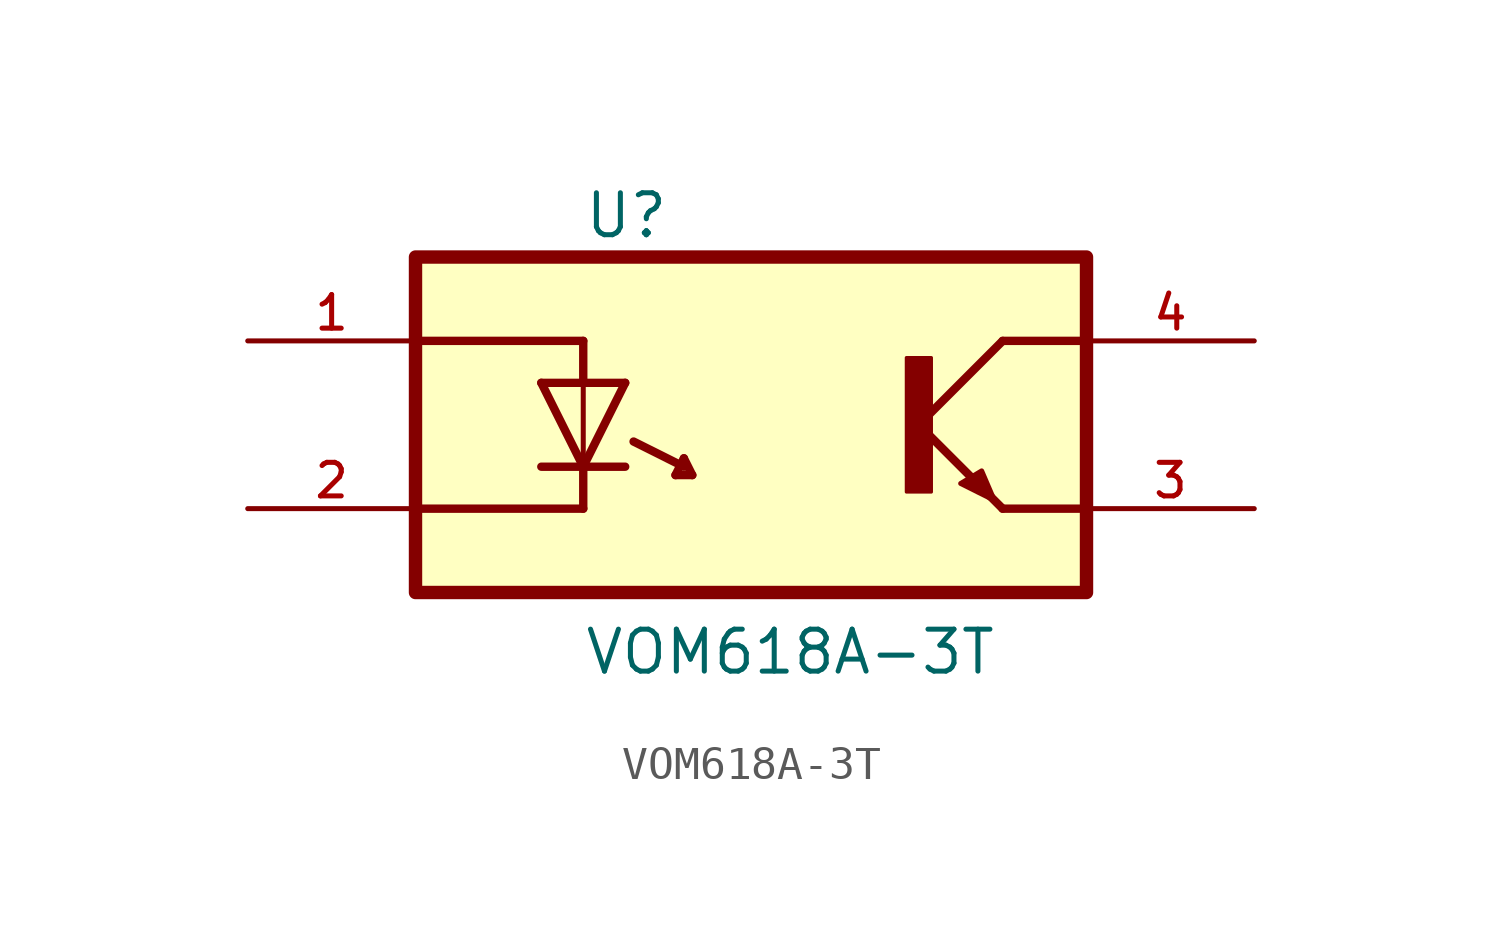
<source format=kicad_sym>
(kicad_symbol_lib
  (version 20211014)
  (generator kicad_symbol_editor)
  (symbol "VOM618A-3T"
    (pin_names
      (offset 1.016))
    (property "Reference" "U"
      (at -5.084 5.592 0)
      (effects (font (size 1.27 1.27)) (justify bottom left)))
    (property "Value" "VOM618A-3T"
      (at -5.082 -7.623 0)
      (effects (font (size 1.27 1.27)) (justify bottom left)))
    (symbol "VOM618A-3T_0_0"
      (polyline (pts (xy 7.62 2.54) (xy 5.08 0.0)) (stroke (width 0.254)))
      (polyline (pts (xy 5.08 0.0) (xy 7.62 -2.54)) (stroke (width 0.254)))
      (rectangle (start 4.706 -2.035) (end 5.461 2.032) (stroke (width 0.1)) (fill (type outline)))
      (polyline (pts (xy 6.985 -1.397) (xy 7.366 -2.286) (xy 6.35 -1.778) (xy 6.985 -1.397)) (stroke (width 0.152)) (fill (type outline)))
      (polyline (pts (xy 7.62 -2.54) (xy 10.16 -2.54)) (stroke (width 0.254)))
      (polyline (pts (xy 7.62 2.54) (xy 10.16 2.54)) (stroke (width 0.254)))
      (polyline (pts (xy -6.35 1.27) (xy -5.08 -1.27)) (stroke (width 0.254)))
      (polyline (pts (xy -5.08 -1.27) (xy -3.81 1.27)) (stroke (width 0.254)))
      (polyline (pts (xy -6.35 -1.27) (xy -5.08 -1.27)) (stroke (width 0.254)))
      (polyline (pts (xy -5.08 -1.27) (xy -3.81 -1.27)) (stroke (width 0.254)))
      (polyline (pts (xy -6.35 1.27) (xy -5.08 1.27)) (stroke (width 0.254)))
      (polyline (pts (xy -5.08 1.27) (xy -3.81 1.27)) (stroke (width 0.254)))
      (polyline (pts (xy -5.08 1.27) (xy -5.08 -1.27)) (stroke (width 0.152)))
      (polyline (pts (xy -5.08 -1.27) (xy -5.08 -2.54)) (stroke (width 0.254)))
      (polyline (pts (xy -5.08 1.27) (xy -5.08 2.54)) (stroke (width 0.254)))
      (polyline (pts (xy -10.16 2.54) (xy -5.08 2.54)) (stroke (width 0.254)))
      (polyline (pts (xy -10.16 -2.54) (xy -5.08 -2.54)) (stroke (width 0.254)))
      (polyline (pts (xy -3.556 -0.508) (xy -2.032 -1.27)) (stroke (width 0.254)))
      (polyline (pts (xy -2.286 -1.524) (xy -2.032 -1.016)) (stroke (width 0.254)))
      (polyline (pts (xy -2.032 -1.016) (xy -1.778 -1.524)) (stroke (width 0.254)))
      (polyline (pts (xy -1.778 -1.524) (xy -2.286 -1.524)) (stroke (width 0.254)))
      (rectangle (start -10.16 -5.08) (end 10.16 5.08) (stroke (width 0.406)) (fill (type background)))
      (pin passive line (at -15.24 2.54 0) (length 5.08) (name "~" (effects (font (size 1.016 1.016)))) (number "1" (effects (font (size 1.016 1.016)))))
      (pin passive line (at -15.24 -2.54 0) (length 5.08) (name "~" (effects (font (size 1.016 1.016)))) (number "2" (effects (font (size 1.016 1.016)))))
      (pin passive line (at 15.24 2.54 180.0) (length 5.08) (name "~" (effects (font (size 1.016 1.016)))) (number "4" (effects (font (size 1.016 1.016)))))
      (pin passive line (at 15.24 -2.54 180.0) (length 5.08) (name "~" (effects (font (size 1.016 1.016)))) (number "3" (effects (font (size 1.016 1.016))))))))
</source>
